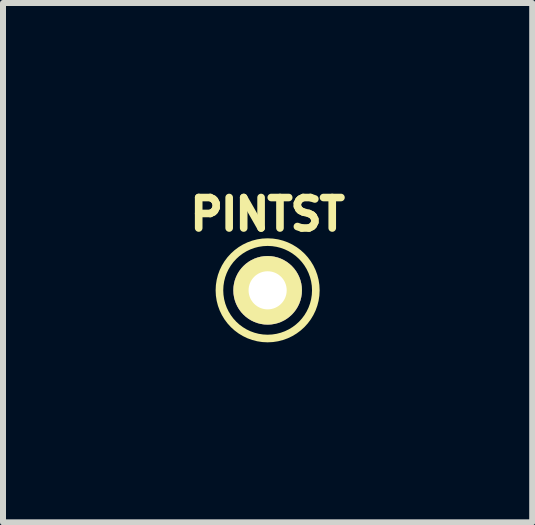
<source format=kicad_pcb>
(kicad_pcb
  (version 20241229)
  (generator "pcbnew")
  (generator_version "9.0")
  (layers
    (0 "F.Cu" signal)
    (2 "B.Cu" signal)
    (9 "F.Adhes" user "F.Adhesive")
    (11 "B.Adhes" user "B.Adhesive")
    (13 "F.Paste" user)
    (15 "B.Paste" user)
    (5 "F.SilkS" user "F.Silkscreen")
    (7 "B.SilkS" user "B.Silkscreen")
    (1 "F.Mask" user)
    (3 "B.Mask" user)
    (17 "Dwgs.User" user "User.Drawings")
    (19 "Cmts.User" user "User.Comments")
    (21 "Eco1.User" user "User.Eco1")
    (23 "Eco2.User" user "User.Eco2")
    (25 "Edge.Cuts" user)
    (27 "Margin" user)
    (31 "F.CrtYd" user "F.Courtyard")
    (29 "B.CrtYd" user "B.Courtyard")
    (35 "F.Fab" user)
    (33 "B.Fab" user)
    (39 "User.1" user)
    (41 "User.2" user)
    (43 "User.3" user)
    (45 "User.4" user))
  (footprint "PINTST"
    (layer "F.Cu")
    (at 1.41 1.788)
    (property "Reference" "PINTST" (at 0 -1.267 0) (layer "F.SilkS") (effects (font (size 0.508 0.508) (thickness 0.127))))
    (attr through_hole)
    (fp_circle (center 0 0) (end -0.254 -0.762) (stroke (width 0.127) (type solid)) (fill no) (layer "F.SilkS"))
    (pad "1" thru_hole circle (at 0 0) (size 1.143 1.143) (drill 0.635) (layers "*.Cu" "*.Mask" "F.SilkS")))
  (gr_rect
    (start -3 -3)
    (end 5.819 5.654)
    (stroke (width 0.1) (type default))
    (fill no)
    (layer "Edge.Cuts")))
</source>
